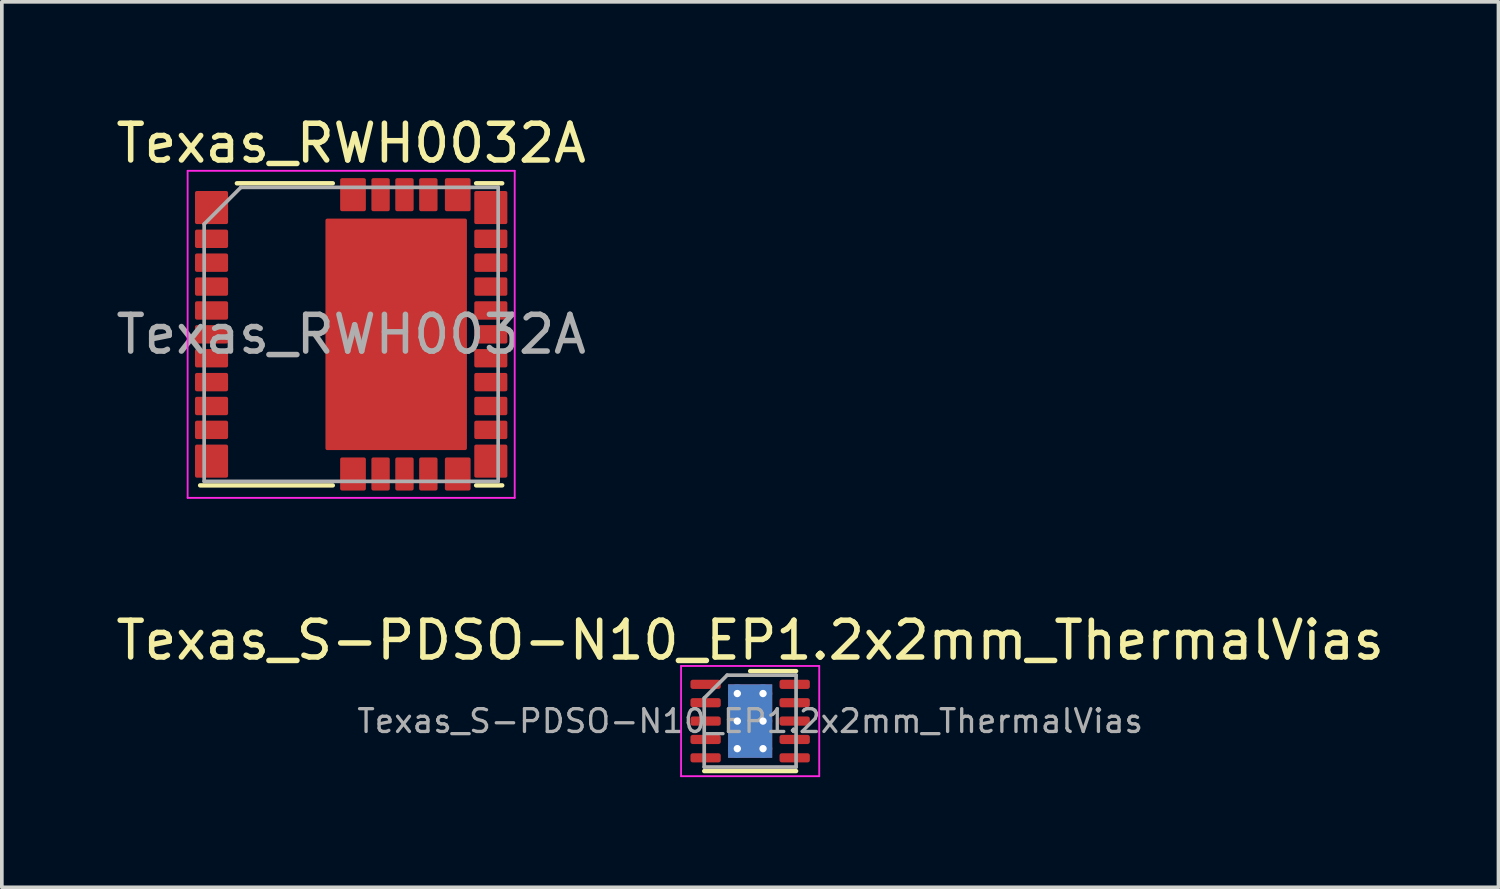
<source format=kicad_pcb>
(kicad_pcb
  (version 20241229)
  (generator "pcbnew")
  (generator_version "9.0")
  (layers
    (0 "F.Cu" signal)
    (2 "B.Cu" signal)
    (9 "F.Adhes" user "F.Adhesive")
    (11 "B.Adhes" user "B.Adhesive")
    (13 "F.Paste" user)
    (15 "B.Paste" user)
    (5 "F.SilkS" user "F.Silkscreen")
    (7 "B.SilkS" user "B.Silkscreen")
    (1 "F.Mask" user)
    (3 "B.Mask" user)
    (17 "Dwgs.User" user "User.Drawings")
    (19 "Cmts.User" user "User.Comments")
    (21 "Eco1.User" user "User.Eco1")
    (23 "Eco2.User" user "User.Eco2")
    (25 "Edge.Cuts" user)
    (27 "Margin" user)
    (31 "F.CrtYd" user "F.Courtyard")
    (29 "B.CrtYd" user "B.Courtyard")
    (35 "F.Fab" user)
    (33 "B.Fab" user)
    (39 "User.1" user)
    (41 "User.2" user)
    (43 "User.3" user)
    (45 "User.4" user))
  (footprint "Texas_RWH0032A"
    (layer "F.Cu")
    (at 6.506 6.048)
    (property "Reference" "Texas_RWH0032A" (at 0 -5.2 0) (layer "F.SilkS") (effects (font (size 1 1) (thickness 0.15))))
    (attr smd)
    (fp_line (start -3.11 -4.11) (end -0.5 -4.11) (stroke (width 0.12) (type solid)) (layer "F.SilkS"))
    (fp_line (start -0.5 4.11) (end -4.11 4.11) (stroke (width 0.12) (type solid)) (layer "F.SilkS"))
    (fp_line (start 3.4 -4.11) (end 4.11 -4.11) (stroke (width 0.12) (type solid)) (layer "F.SilkS"))
    (fp_line (start 4.11 4.11) (end 3.4 4.11) (stroke (width 0.12) (type solid)) (layer "F.SilkS"))
    (fp_line (start -4.45 -4.45) (end 4.45 -4.45) (stroke (width 0.05) (type solid)) (layer "F.CrtYd"))
    (fp_line (start -4.45 4.45) (end -4.45 -4.45) (stroke (width 0.05) (type solid)) (layer "F.CrtYd"))
    (fp_line (start 4.45 -4.45) (end 4.45 4.45) (stroke (width 0.05) (type solid)) (layer "F.CrtYd"))
    (fp_line (start 4.45 4.45) (end -4.45 4.45) (stroke (width 0.05) (type solid)) (layer "F.CrtYd"))
    (fp_line (start -4 4) (end -4 -3) (stroke (width 0.1) (type solid)) (layer "F.Fab"))
    (fp_line (start -3 -4) (end -4 -3) (stroke (width 0.1) (type solid)) (layer "F.Fab"))
    (fp_line (start -3 -4) (end 4 -4) (stroke (width 0.1) (type solid)) (layer "F.Fab"))
    (fp_line (start 4 -4) (end 4 4) (stroke (width 0.1) (type solid)) (layer "F.Fab"))
    (fp_line (start 4 4) (end -4 4) (stroke (width 0.1) (type solid)) (layer "F.Fab"))
    (fp_text user "${REFERENCE}" (at 0 0 0) (layer "F.Fab") (effects (font (size 1 1) (thickness 0.15))))
    (pad "" smd roundrect (at -3.8 -2.6) (size 0.76 0.4) (layers "F.Paste") (roundrect_rratio 0.125))
    (pad "" smd roundrect (at -3.8 -1.95) (size 0.76 0.4) (layers "F.Paste") (roundrect_rratio 0.125))
    (pad "" smd roundrect (at -3.8 -1.3) (size 0.76 0.4) (layers "F.Paste") (roundrect_rratio 0.125))
    (pad "" smd roundrect (at -3.8 -0.65) (size 0.76 0.4) (layers "F.Paste") (roundrect_rratio 0.125))
    (pad "" smd roundrect (at -3.8 0) (size 0.76 0.4) (layers "F.Paste") (roundrect_rratio 0.125))
    (pad "" smd roundrect (at -3.8 0.65) (size 0.76 0.4) (layers "F.Paste") (roundrect_rratio 0.125))
    (pad "" smd roundrect (at -3.8 1.3) (size 0.76 0.4) (layers "F.Paste") (roundrect_rratio 0.125))
    (pad "" smd roundrect (at -3.8 1.95) (size 0.76 0.4) (layers "F.Paste") (roundrect_rratio 0.125))
    (pad "" smd roundrect (at -3.8 2.6) (size 0.76 0.4) (layers "F.Paste") (roundrect_rratio 0.125))
    (pad "" smd roundrect (at 0.05 -3.8) (size 0.6 0.76) (layers "F.Paste") (roundrect_rratio 0.084))
    (pad "" smd roundrect (at 0.05 3.8) (size 0.6 0.76) (layers "F.Paste") (roundrect_rratio 0.084))
    (pad "" smd roundrect (at 0.325 -2.38) (size 1.6 0.99) (layers "F.Paste") (roundrect_rratio 0.051))
    (pad "" smd roundrect (at 0.325 -1.19) (size 1.6 0.99) (layers "F.Paste") (roundrect_rratio 0.051))
    (pad "" smd roundrect (at 0.325 0) (size 1.6 0.99) (layers "F.Paste") (roundrect_rratio 0.051))
    (pad "" smd roundrect (at 0.325 1.19) (size 1.6 0.99) (layers "F.Paste") (roundrect_rratio 0.051))
    (pad "" smd roundrect (at 0.325 2.38) (size 1.6 0.99) (layers "F.Paste") (roundrect_rratio 0.051))
    (pad "" smd roundrect (at 0.8 -3.8) (size 0.4 0.76) (layers "F.Paste") (roundrect_rratio 0.125))
    (pad "" smd roundrect (at 0.8 3.8) (size 0.4 0.76) (layers "F.Paste") (roundrect_rratio 0.125))
    (pad "" smd roundrect (at 1.45 -3.8) (size 0.4 0.76) (layers "F.Paste") (roundrect_rratio 0.125))
    (pad "" smd roundrect (at 1.45 3.8) (size 0.4 0.76) (layers "F.Paste") (roundrect_rratio 0.125))
    (pad "" smd roundrect (at 2.1 -3.8) (size 0.4 0.76) (layers "F.Paste") (roundrect_rratio 0.125))
    (pad "" smd roundrect (at 2.1 3.8) (size 0.4 0.76) (layers "F.Paste") (roundrect_rratio 0.125))
    (pad "" smd roundrect (at 2.125 -2.38) (size 1.6 0.99) (layers "F.Paste") (roundrect_rratio 0.051))
    (pad "" smd roundrect (at 2.125 -1.19) (size 1.6 0.99) (layers "F.Paste") (roundrect_rratio 0.051))
    (pad "" smd roundrect (at 2.125 0) (size 1.6 0.99) (layers "F.Paste") (roundrect_rratio 0.051))
    (pad "" smd roundrect (at 2.125 1.19) (size 1.6 0.99) (layers "F.Paste") (roundrect_rratio 0.051))
    (pad "" smd roundrect (at 2.125 2.38) (size 1.6 0.99) (layers "F.Paste") (roundrect_rratio 0.051))
    (pad "" smd roundrect (at 2.9 -3.8) (size 0.6 0.76) (layers "F.Paste") (roundrect_rratio 0.084))
    (pad "" smd roundrect (at 2.9 3.8) (size 0.6 0.76) (layers "F.Paste") (roundrect_rratio 0.084))
    (pad "" smd roundrect (at 3.8 -2.6) (size 0.76 0.4) (layers "F.Paste") (roundrect_rratio 0.125))
    (pad "" smd roundrect (at 3.8 -1.95) (size 0.76 0.4) (layers "F.Paste") (roundrect_rratio 0.125))
    (pad "" smd roundrect (at 3.8 -1.3) (size 0.76 0.4) (layers "F.Paste") (roundrect_rratio 0.125))
    (pad "" smd roundrect (at 3.8 -0.65) (size 0.76 0.4) (layers "F.Paste") (roundrect_rratio 0.125))
    (pad "" smd roundrect (at 3.8 0) (size 0.76 0.4) (layers "F.Paste") (roundrect_rratio 0.125))
    (pad "" smd roundrect (at 3.8 0.65) (size 0.76 0.4) (layers "F.Paste") (roundrect_rratio 0.125))
    (pad "" smd roundrect (at 3.8 1.3) (size 0.76 0.4) (layers "F.Paste") (roundrect_rratio 0.125))
    (pad "" smd roundrect (at 3.8 1.95) (size 0.76 0.4) (layers "F.Paste") (roundrect_rratio 0.125))
    (pad "" smd roundrect (at 3.8 2.6) (size 0.76 0.4) (layers "F.Paste") (roundrect_rratio 0.125))
    (pad "1" smd roundrect (at -3.8 -3.45) (size 0.9 0.9) (layers "F.Cu" "F.Mask" "F.Paste") (roundrect_rratio 0.055))
    (pad "2" smd roundrect (at -3.8 -2.6) (size 0.9 0.5) (layers "F.Cu" "F.Mask") (roundrect_rratio 0.1))
    (pad "3" smd roundrect (at -3.8 -1.95) (size 0.9 0.5) (layers "F.Cu" "F.Mask") (roundrect_rratio 0.1))
    (pad "4" smd roundrect (at -3.8 -1.3) (size 0.9 0.5) (layers "F.Cu" "F.Mask") (roundrect_rratio 0.1))
    (pad "5" smd roundrect (at -3.8 -0.65) (size 0.9 0.5) (layers "F.Cu" "F.Mask") (roundrect_rratio 0.1))
    (pad "6" smd roundrect (at -3.8 0) (size 0.9 0.5) (layers "F.Cu" "F.Mask") (roundrect_rratio 0.1))
    (pad "7" smd roundrect (at -3.8 0.65) (size 0.9 0.5) (layers "F.Cu" "F.Mask") (roundrect_rratio 0.1))
    (pad "8" smd roundrect (at -3.8 1.3) (size 0.9 0.5) (layers "F.Cu" "F.Mask") (roundrect_rratio 0.1))
    (pad "9" smd roundrect (at -3.8 1.95) (size 0.9 0.5) (layers "F.Cu" "F.Mask") (roundrect_rratio 0.1))
    (pad "10" smd roundrect (at -3.8 2.6) (size 0.9 0.5) (layers "F.Cu" "F.Mask") (roundrect_rratio 0.1))
    (pad "11" smd roundrect (at -3.8 3.45) (size 0.9 0.9) (layers "F.Cu" "F.Mask" "F.Paste") (roundrect_rratio 0.055))
    (pad "12" smd roundrect (at 0.05 3.8) (size 0.7 0.9) (layers "F.Cu" "F.Mask") (roundrect_rratio 0.072))
    (pad "13" smd roundrect (at 0.8 3.8) (size 0.5 0.9) (layers "F.Cu" "F.Mask") (roundrect_rratio 0.1))
    (pad "14" smd roundrect (at 1.45 3.8) (size 0.5 0.9) (layers "F.Cu" "F.Mask") (roundrect_rratio 0.1))
    (pad "15" smd roundrect (at 2.1 3.8) (size 0.5 0.9) (layers "F.Cu" "F.Mask") (roundrect_rratio 0.1))
    (pad "16" smd roundrect (at 2.9 3.8) (size 0.7 0.9) (layers "F.Cu" "F.Mask") (roundrect_rratio 0.072))
    (pad "17" smd roundrect (at 3.8 3.45) (size 0.9 0.9) (layers "F.Cu" "F.Mask" "F.Paste") (roundrect_rratio 0.055))
    (pad "18" smd roundrect (at 3.8 2.6) (size 0.9 0.5) (layers "F.Cu" "F.Mask") (roundrect_rratio 0.1))
    (pad "19" smd roundrect (at 3.8 1.95) (size 0.9 0.5) (layers "F.Cu" "F.Mask") (roundrect_rratio 0.1))
    (pad "20" smd roundrect (at 3.8 1.3) (size 0.9 0.5) (layers "F.Cu" "F.Mask") (roundrect_rratio 0.1))
    (pad "21" smd roundrect (at 3.8 0.65) (size 0.9 0.5) (layers "F.Cu" "F.Mask") (roundrect_rratio 0.1))
    (pad "22" smd roundrect (at 3.8 0) (size 0.9 0.5) (layers "F.Cu" "F.Mask") (roundrect_rratio 0.1))
    (pad "23" smd roundrect (at 3.8 -0.65) (size 0.9 0.5) (layers "F.Cu" "F.Mask") (roundrect_rratio 0.1))
    (pad "24" smd roundrect (at 3.8 -1.3) (size 0.9 0.5) (layers "F.Cu" "F.Mask") (roundrect_rratio 0.1))
    (pad "25" smd roundrect (at 3.8 -1.95) (size 0.9 0.5) (layers "F.Cu" "F.Mask") (roundrect_rratio 0.1))
    (pad "26" smd roundrect (at 3.8 -2.6) (size 0.9 0.5) (layers "F.Cu" "F.Mask") (roundrect_rratio 0.1))
    (pad "27" smd roundrect (at 3.8 -3.45) (size 0.9 0.9) (layers "F.Cu" "F.Mask" "F.Paste") (roundrect_rratio 0.055))
    (pad "28" smd roundrect (at 2.9 -3.8) (size 0.7 0.9) (layers "F.Cu" "F.Mask") (roundrect_rratio 0.072))
    (pad "29" smd roundrect (at 2.1 -3.8) (size 0.5 0.9) (layers "F.Cu" "F.Mask") (roundrect_rratio 0.1))
    (pad "30" smd roundrect (at 1.45 -3.8) (size 0.5 0.9) (layers "F.Cu" "F.Mask") (roundrect_rratio 0.1))
    (pad "31" smd roundrect (at 0.8 -3.8) (size 0.5 0.9) (layers "F.Cu" "F.Mask") (roundrect_rratio 0.1))
    (pad "32" smd roundrect (at 0.05 -3.8) (size 0.7 0.9) (layers "F.Cu" "F.Mask") (roundrect_rratio 0.072))
    (pad "33" smd roundrect (at 1.225 0) (size 3.85 6.3) (layers "F.Cu" "F.Mask") (roundrect_rratio 0.013)))
  (footprint "Texas_S-PDSO-N10_EP1.2x2mm_ThermalVias"
    (layer "F.Cu")
    (at 17.363 16.572)
    (property "Reference" "Texas_S-PDSO-N10_EP1.2x2mm_ThermalVias" (at 0 -2.2 0) (layer "F.SilkS") (effects (font (size 1 1) (thickness 0.15))))
    (attr smd)
    (fp_line (start -1.25 1.36) (end 1.25 1.36) (stroke (width 0.12) (type solid)) (layer "F.SilkS"))
    (fp_line (start 0 -1.36) (end 1.25 -1.36) (stroke (width 0.12) (type solid)) (layer "F.SilkS"))
    (fp_line (start -1.88 -1.5) (end -1.88 1.5) (stroke (width 0.05) (type solid)) (layer "F.CrtYd"))
    (fp_line (start -1.88 1.5) (end 1.88 1.5) (stroke (width 0.05) (type solid)) (layer "F.CrtYd"))
    (fp_line (start 1.88 -1.5) (end -1.88 -1.5) (stroke (width 0.05) (type solid)) (layer "F.CrtYd"))
    (fp_line (start 1.88 1.5) (end 1.88 -1.5) (stroke (width 0.05) (type solid)) (layer "F.CrtYd"))
    (fp_line (start -1.25 -0.625) (end -0.625 -1.25) (stroke (width 0.1) (type solid)) (layer "F.Fab"))
    (fp_line (start -1.25 1.25) (end -1.25 -0.625) (stroke (width 0.1) (type solid)) (layer "F.Fab"))
    (fp_line (start -0.625 -1.25) (end 1.25 -1.25) (stroke (width 0.1) (type solid)) (layer "F.Fab"))
    (fp_line (start 1.25 -1.25) (end 1.25 1.25) (stroke (width 0.1) (type solid)) (layer "F.Fab"))
    (fp_line (start 1.25 1.25) (end -1.25 1.25) (stroke (width 0.1) (type solid)) (layer "F.Fab"))
    (fp_text user "${REFERENCE}" (at 0 0 0) (layer "F.Fab") (effects (font (size 0.62 0.62) (thickness 0.09))))
    (pad "" smd roundrect (at -0.3 -0.5) (size 0.5 0.84) (layers "F.Paste") (roundrect_rratio 0.25))
    (pad "" smd roundrect (at -0.3 0.5) (size 0.5 0.84) (layers "F.Paste") (roundrect_rratio 0.25))
    (pad "" smd roundrect (at 0.3 -0.5) (size 0.5 0.84) (layers "F.Paste") (roundrect_rratio 0.25))
    (pad "" smd roundrect (at 0.3 0.5) (size 0.5 0.84) (layers "F.Paste") (roundrect_rratio 0.25))
    (pad "1" smd roundrect (at -1.212 -1) (size 0.825 0.25) (layers "F.Cu" "F.Mask" "F.Paste") (roundrect_rratio 0.25))
    (pad "2" smd roundrect (at -1.212 -0.5) (size 0.825 0.25) (layers "F.Cu" "F.Mask" "F.Paste") (roundrect_rratio 0.25))
    (pad "3" smd roundrect (at -1.212 0) (size 0.825 0.25) (layers "F.Cu" "F.Mask" "F.Paste") (roundrect_rratio 0.25))
    (pad "4" smd roundrect (at -1.212 0.5) (size 0.825 0.25) (layers "F.Cu" "F.Mask" "F.Paste") (roundrect_rratio 0.25))
    (pad "5" smd roundrect (at -1.212 1) (size 0.825 0.25) (layers "F.Cu" "F.Mask" "F.Paste") (roundrect_rratio 0.25))
    (pad "6" smd roundrect (at 1.212 1) (size 0.825 0.25) (layers "F.Cu" "F.Mask" "F.Paste") (roundrect_rratio 0.25))
    (pad "7" smd roundrect (at 1.212 0.5) (size 0.825 0.25) (layers "F.Cu" "F.Mask" "F.Paste") (roundrect_rratio 0.25))
    (pad "8" smd roundrect (at 1.212 0) (size 0.825 0.25) (layers "F.Cu" "F.Mask" "F.Paste") (roundrect_rratio 0.25))
    (pad "9" smd roundrect (at 1.212 -0.5) (size 0.825 0.25) (layers "F.Cu" "F.Mask" "F.Paste") (roundrect_rratio 0.25))
    (pad "10" smd roundrect (at 1.212 -1) (size 0.825 0.25) (layers "F.Cu" "F.Mask" "F.Paste") (roundrect_rratio 0.25))
    (pad "11" thru_hole circle (at -0.35 -0.75) (size 0.5 0.5) (drill 0.2) (layers "*.Cu"))
    (pad "11" thru_hole circle (at -0.35 0) (size 0.5 0.5) (drill 0.2) (layers "*.Cu"))
    (pad "11" thru_hole circle (at -0.35 0.75) (size 0.5 0.5) (drill 0.2) (layers "*.Cu"))
    (pad "11" smd rect (at 0 0) (size 1.2 2) (layers "F.Cu" "F.Mask"))
    (pad "11" smd rect (at 0 0) (size 1.2 2) (layers "B.Cu"))
    (pad "11" thru_hole circle (at 0.35 -0.75) (size 0.5 0.5) (drill 0.2) (layers "*.Cu"))
    (pad "11" thru_hole circle (at 0.35 0) (size 0.5 0.5) (drill 0.2) (layers "*.Cu"))
    (pad "11" thru_hole circle (at 0.35 0.75) (size 0.5 0.5) (drill 0.2) (layers "*.Cu")))
  (gr_rect
    (start -3 -3)
    (end 37.726 21.096)
    (stroke (width 0.1) (type default))
    (fill no)
    (layer "Edge.Cuts")))
</source>
